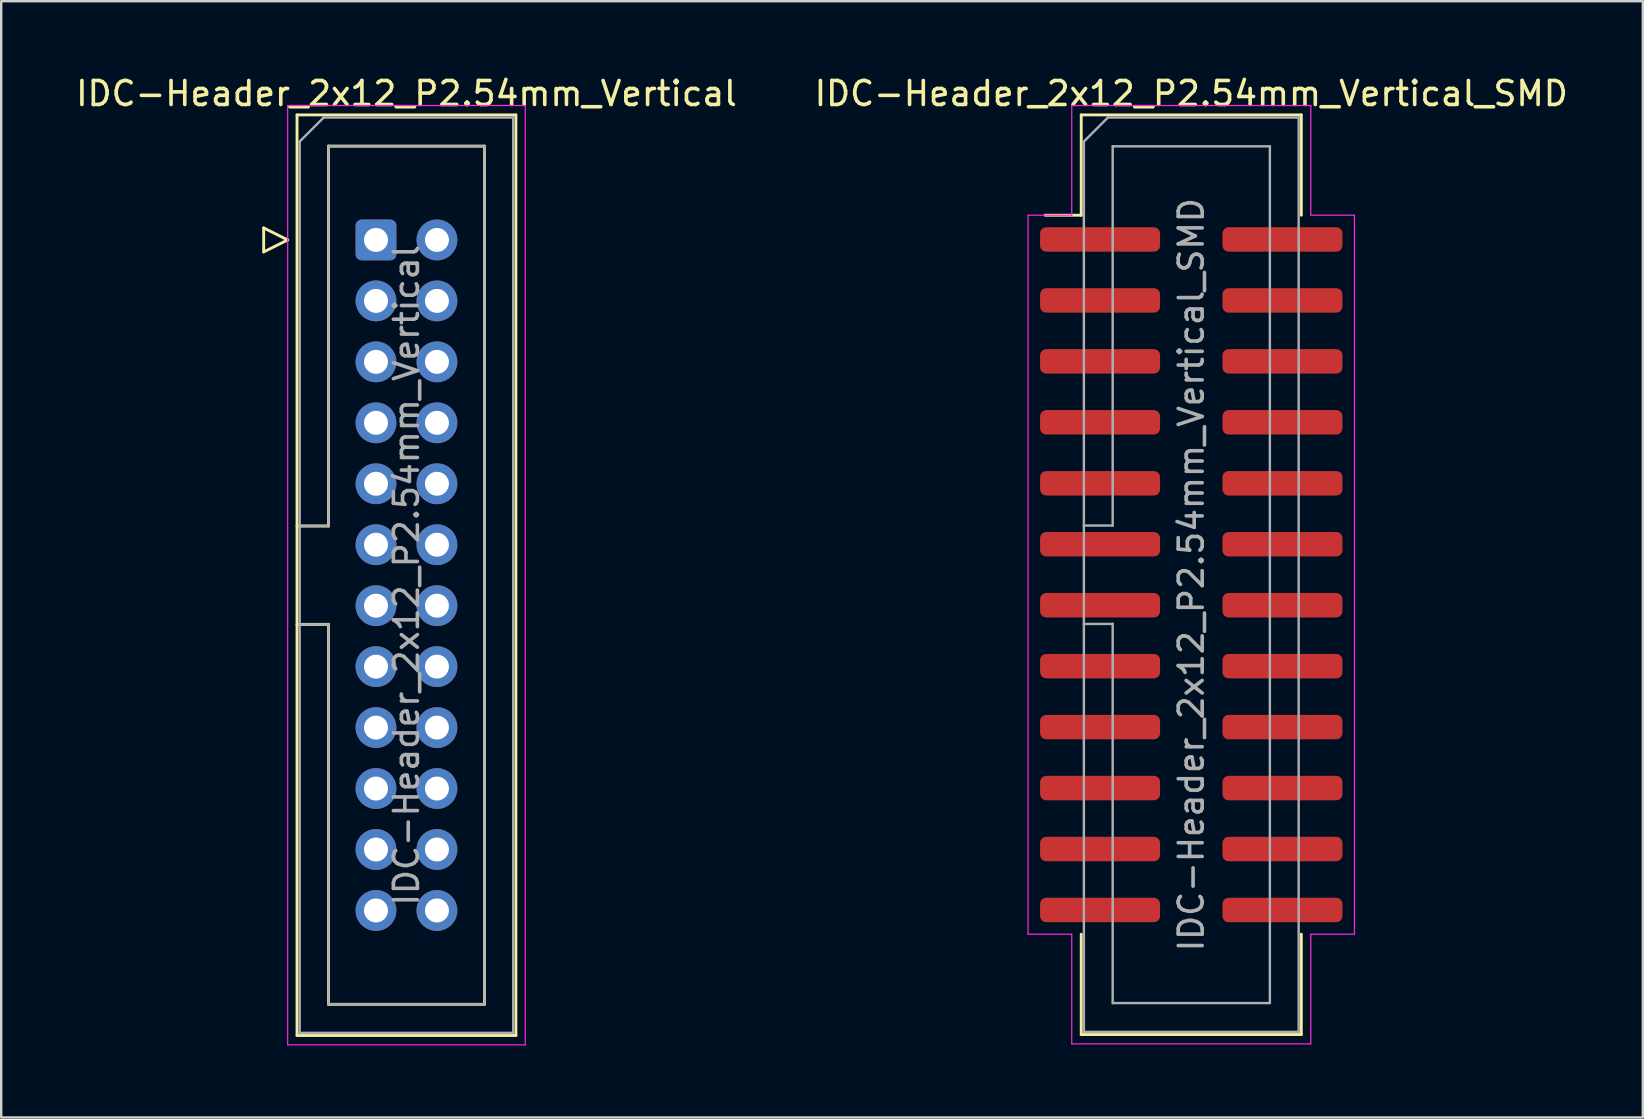
<source format=kicad_pcb>
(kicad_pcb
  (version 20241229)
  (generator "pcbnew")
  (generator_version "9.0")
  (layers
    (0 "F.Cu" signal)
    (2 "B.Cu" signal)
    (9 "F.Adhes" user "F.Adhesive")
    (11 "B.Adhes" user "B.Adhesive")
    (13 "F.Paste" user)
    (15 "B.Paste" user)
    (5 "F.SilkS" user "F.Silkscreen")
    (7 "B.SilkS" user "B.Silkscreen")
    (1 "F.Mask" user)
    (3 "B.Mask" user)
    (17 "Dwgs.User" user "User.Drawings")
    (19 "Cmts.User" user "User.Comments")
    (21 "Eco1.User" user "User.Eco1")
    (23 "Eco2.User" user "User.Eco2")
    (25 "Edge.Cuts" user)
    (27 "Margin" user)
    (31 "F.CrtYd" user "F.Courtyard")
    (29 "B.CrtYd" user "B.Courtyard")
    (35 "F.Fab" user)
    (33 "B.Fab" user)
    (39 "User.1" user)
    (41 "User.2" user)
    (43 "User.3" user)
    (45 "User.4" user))
  (footprint "IDC-Header_2x12_P2.54mm_Vertical"
    (layer "F.Cu")
    (at 12.617 6.948)
    (property "Reference" "IDC-Header_2x12_P2.54mm_Vertical" (at 1.27 -6.1 0) (layer "F.SilkS") (effects (font (size 1 1) (thickness 0.15))))
    (attr through_hole)
    (fp_line (start -4.68 -0.5) (end -4.68 0.5) (stroke (width 0.12) (type solid)) (layer "F.SilkS"))
    (fp_line (start -4.68 0.5) (end -3.68 0) (stroke (width 0.12) (type solid)) (layer "F.SilkS"))
    (fp_line (start -3.68 0) (end -4.68 -0.5) (stroke (width 0.12) (type solid)) (layer "F.SilkS"))
    (fp_line (start -3.29 -5.21) (end 5.83 -5.21) (stroke (width 0.12) (type solid)) (layer "F.SilkS"))
    (fp_line (start -3.29 11.92) (end -1.98 11.92) (stroke (width 0.12) (type solid)) (layer "F.SilkS"))
    (fp_line (start -3.29 33.15) (end -3.29 -5.21) (stroke (width 0.12) (type solid)) (layer "F.SilkS"))
    (fp_line (start -1.98 -3.91) (end 4.52 -3.91) (stroke (width 0.12) (type solid)) (layer "F.SilkS"))
    (fp_line (start -1.98 11.92) (end -1.98 -3.91) (stroke (width 0.12) (type solid)) (layer "F.SilkS"))
    (fp_line (start -1.98 16.02) (end -3.29 16.02) (stroke (width 0.12) (type solid)) (layer "F.SilkS"))
    (fp_line (start -1.98 16.02) (end -1.98 16.02) (stroke (width 0.12) (type solid)) (layer "F.SilkS"))
    (fp_line (start -1.98 31.85) (end -1.98 16.02) (stroke (width 0.12) (type solid)) (layer "F.SilkS"))
    (fp_line (start 4.52 -3.91) (end 4.52 31.85) (stroke (width 0.12) (type solid)) (layer "F.SilkS"))
    (fp_line (start 4.52 31.85) (end -1.98 31.85) (stroke (width 0.12) (type solid)) (layer "F.SilkS"))
    (fp_line (start 5.83 -5.21) (end 5.83 33.15) (stroke (width 0.12) (type solid)) (layer "F.SilkS"))
    (fp_line (start 5.83 33.15) (end -3.29 33.15) (stroke (width 0.12) (type solid)) (layer "F.SilkS"))
    (fp_line (start -3.68 -5.6) (end -3.68 33.54) (stroke (width 0.05) (type solid)) (layer "F.CrtYd"))
    (fp_line (start -3.68 33.54) (end 6.22 33.54) (stroke (width 0.05) (type solid)) (layer "F.CrtYd"))
    (fp_line (start 6.22 -5.6) (end -3.68 -5.6) (stroke (width 0.05) (type solid)) (layer "F.CrtYd"))
    (fp_line (start 6.22 33.54) (end 6.22 -5.6) (stroke (width 0.05) (type solid)) (layer "F.CrtYd"))
    (fp_line (start -3.18 -4.1) (end -2.18 -5.1) (stroke (width 0.1) (type solid)) (layer "F.Fab"))
    (fp_line (start -3.18 11.92) (end -1.98 11.92) (stroke (width 0.1) (type solid)) (layer "F.Fab"))
    (fp_line (start -3.18 33.04) (end -3.18 -4.1) (stroke (width 0.1) (type solid)) (layer "F.Fab"))
    (fp_line (start -2.18 -5.1) (end 5.72 -5.1) (stroke (width 0.1) (type solid)) (layer "F.Fab"))
    (fp_line (start -1.98 -3.91) (end 4.52 -3.91) (stroke (width 0.1) (type solid)) (layer "F.Fab"))
    (fp_line (start -1.98 11.92) (end -1.98 -3.91) (stroke (width 0.1) (type solid)) (layer "F.Fab"))
    (fp_line (start -1.98 16.02) (end -3.18 16.02) (stroke (width 0.1) (type solid)) (layer "F.Fab"))
    (fp_line (start -1.98 16.02) (end -1.98 16.02) (stroke (width 0.1) (type solid)) (layer "F.Fab"))
    (fp_line (start -1.98 31.85) (end -1.98 16.02) (stroke (width 0.1) (type solid)) (layer "F.Fab"))
    (fp_line (start 4.52 -3.91) (end 4.52 31.85) (stroke (width 0.1) (type solid)) (layer "F.Fab"))
    (fp_line (start 4.52 31.85) (end -1.98 31.85) (stroke (width 0.1) (type solid)) (layer "F.Fab"))
    (fp_line (start 5.72 -5.1) (end 5.72 33.04) (stroke (width 0.1) (type solid)) (layer "F.Fab"))
    (fp_line (start 5.72 33.04) (end -3.18 33.04) (stroke (width 0.1) (type solid)) (layer "F.Fab"))
    (fp_text user "${REFERENCE}" (at 1.27 13.97 90) (layer "F.Fab") (effects (font (size 1 1) (thickness 0.15))))
    (pad "1" thru_hole roundrect (at 0 0) (size 1.7 1.7) (drill 1) (layers "*.Cu" "*.Mask") (roundrect_rratio 0.147))
    (pad "2" thru_hole circle (at 2.54 0) (size 1.7 1.7) (drill 1) (layers "*.Cu" "*.Mask"))
    (pad "3" thru_hole circle (at 0 2.54) (size 1.7 1.7) (drill 1) (layers "*.Cu" "*.Mask"))
    (pad "4" thru_hole circle (at 2.54 2.54) (size 1.7 1.7) (drill 1) (layers "*.Cu" "*.Mask"))
    (pad "5" thru_hole circle (at 0 5.08) (size 1.7 1.7) (drill 1) (layers "*.Cu" "*.Mask"))
    (pad "6" thru_hole circle (at 2.54 5.08) (size 1.7 1.7) (drill 1) (layers "*.Cu" "*.Mask"))
    (pad "7" thru_hole circle (at 0 7.62) (size 1.7 1.7) (drill 1) (layers "*.Cu" "*.Mask"))
    (pad "8" thru_hole circle (at 2.54 7.62) (size 1.7 1.7) (drill 1) (layers "*.Cu" "*.Mask"))
    (pad "9" thru_hole circle (at 0 10.16) (size 1.7 1.7) (drill 1) (layers "*.Cu" "*.Mask"))
    (pad "10" thru_hole circle (at 2.54 10.16) (size 1.7 1.7) (drill 1) (layers "*.Cu" "*.Mask"))
    (pad "11" thru_hole circle (at 0 12.7) (size 1.7 1.7) (drill 1) (layers "*.Cu" "*.Mask"))
    (pad "12" thru_hole circle (at 2.54 12.7) (size 1.7 1.7) (drill 1) (layers "*.Cu" "*.Mask"))
    (pad "13" thru_hole circle (at 0 15.24) (size 1.7 1.7) (drill 1) (layers "*.Cu" "*.Mask"))
    (pad "14" thru_hole circle (at 2.54 15.24) (size 1.7 1.7) (drill 1) (layers "*.Cu" "*.Mask"))
    (pad "15" thru_hole circle (at 0 17.78) (size 1.7 1.7) (drill 1) (layers "*.Cu" "*.Mask"))
    (pad "16" thru_hole circle (at 2.54 17.78) (size 1.7 1.7) (drill 1) (layers "*.Cu" "*.Mask"))
    (pad "17" thru_hole circle (at 0 20.32) (size 1.7 1.7) (drill 1) (layers "*.Cu" "*.Mask"))
    (pad "18" thru_hole circle (at 2.54 20.32) (size 1.7 1.7) (drill 1) (layers "*.Cu" "*.Mask"))
    (pad "19" thru_hole circle (at 0 22.86) (size 1.7 1.7) (drill 1) (layers "*.Cu" "*.Mask"))
    (pad "20" thru_hole circle (at 2.54 22.86) (size 1.7 1.7) (drill 1) (layers "*.Cu" "*.Mask"))
    (pad "21" thru_hole circle (at 0 25.4) (size 1.7 1.7) (drill 1) (layers "*.Cu" "*.Mask"))
    (pad "22" thru_hole circle (at 2.54 25.4) (size 1.7 1.7) (drill 1) (layers "*.Cu" "*.Mask"))
    (pad "23" thru_hole circle (at 0 27.94) (size 1.7 1.7) (drill 1) (layers "*.Cu" "*.Mask"))
    (pad "24" thru_hole circle (at 2.54 27.94) (size 1.7 1.7) (drill 1) (layers "*.Cu" "*.Mask")))
  (footprint "IDC-Header_2x12_P2.54mm_Vertical_SMD"
    (layer "F.Cu")
    (at 46.589 20.898)
    (property "Reference" "IDC-Header_2x12_P2.54mm_Vertical_SMD" (at 0 -20.05 0) (layer "F.SilkS") (effects (font (size 1 1) (thickness 0.15))))
    (attr smd)
    (fp_line (start -4.585 -19.16) (end 4.585 -19.16) (stroke (width 0.12) (type solid)) (layer "F.SilkS"))
    (fp_line (start -4.585 -14.98) (end -6.085 -14.98) (stroke (width 0.12) (type solid)) (layer "F.SilkS"))
    (fp_line (start -4.585 -14.98) (end -4.585 -19.16) (stroke (width 0.12) (type solid)) (layer "F.SilkS"))
    (fp_line (start -4.585 14.98) (end -4.585 19.16) (stroke (width 0.12) (type solid)) (layer "F.SilkS"))
    (fp_line (start -4.585 19.16) (end 4.585 19.16) (stroke (width 0.12) (type solid)) (layer "F.SilkS"))
    (fp_line (start 4.585 -19.16) (end 4.585 -14.98) (stroke (width 0.12) (type solid)) (layer "F.SilkS"))
    (fp_line (start 4.585 19.16) (end 4.585 14.98) (stroke (width 0.12) (type solid)) (layer "F.SilkS"))
    (fp_line (start -6.8 -14.98) (end -6.8 14.98) (stroke (width 0.05) (type solid)) (layer "F.CrtYd"))
    (fp_line (start -6.8 14.98) (end -4.98 14.98) (stroke (width 0.05) (type solid)) (layer "F.CrtYd"))
    (fp_line (start -4.98 -19.55) (end -4.98 -14.98) (stroke (width 0.05) (type solid)) (layer "F.CrtYd"))
    (fp_line (start -4.98 -14.98) (end -6.8 -14.98) (stroke (width 0.05) (type solid)) (layer "F.CrtYd"))
    (fp_line (start -4.98 14.98) (end -4.98 19.55) (stroke (width 0.05) (type solid)) (layer "F.CrtYd"))
    (fp_line (start -4.98 19.55) (end 4.98 19.55) (stroke (width 0.05) (type solid)) (layer "F.CrtYd"))
    (fp_line (start 4.98 -19.55) (end -4.98 -19.55) (stroke (width 0.05) (type solid)) (layer "F.CrtYd"))
    (fp_line (start 4.98 -14.98) (end 4.98 -19.55) (stroke (width 0.05) (type solid)) (layer "F.CrtYd"))
    (fp_line (start 4.98 14.98) (end 6.8 14.98) (stroke (width 0.05) (type solid)) (layer "F.CrtYd"))
    (fp_line (start 4.98 19.55) (end 4.98 14.98) (stroke (width 0.05) (type solid)) (layer "F.CrtYd"))
    (fp_line (start 6.8 -14.98) (end 4.98 -14.98) (stroke (width 0.05) (type solid)) (layer "F.CrtYd"))
    (fp_line (start 6.8 14.98) (end 6.8 -14.98) (stroke (width 0.05) (type solid)) (layer "F.CrtYd"))
    (fp_line (start -4.475 -18.05) (end -3.475 -19.05) (stroke (width 0.1) (type solid)) (layer "F.Fab"))
    (fp_line (start -4.475 -2.05) (end -3.275 -2.05) (stroke (width 0.1) (type solid)) (layer "F.Fab"))
    (fp_line (start -4.475 19.05) (end -4.475 -18.05) (stroke (width 0.1) (type solid)) (layer "F.Fab"))
    (fp_line (start -3.475 -19.05) (end 4.475 -19.05) (stroke (width 0.1) (type solid)) (layer "F.Fab"))
    (fp_line (start -3.275 -17.85) (end 3.275 -17.85) (stroke (width 0.1) (type solid)) (layer "F.Fab"))
    (fp_line (start -3.275 -2.05) (end -3.275 -17.85) (stroke (width 0.1) (type solid)) (layer "F.Fab"))
    (fp_line (start -3.275 2.05) (end -4.475 2.05) (stroke (width 0.1) (type solid)) (layer "F.Fab"))
    (fp_line (start -3.275 2.05) (end -3.275 2.05) (stroke (width 0.1) (type solid)) (layer "F.Fab"))
    (fp_line (start -3.275 17.85) (end -3.275 2.05) (stroke (width 0.1) (type solid)) (layer "F.Fab"))
    (fp_line (start 3.275 -17.85) (end 3.275 17.85) (stroke (width 0.1) (type solid)) (layer "F.Fab"))
    (fp_line (start 3.275 17.85) (end -3.275 17.85) (stroke (width 0.1) (type solid)) (layer "F.Fab"))
    (fp_line (start 4.475 -19.05) (end 4.475 19.05) (stroke (width 0.1) (type solid)) (layer "F.Fab"))
    (fp_line (start 4.475 19.05) (end -4.475 19.05) (stroke (width 0.1) (type solid)) (layer "F.Fab"))
    (fp_text user "${REFERENCE}" (at 0 0 90) (layer "F.Fab") (effects (font (size 1 1) (thickness 0.15))))
    (pad "1" smd roundrect (at -3.8 -13.97) (size 5 1.02) (layers "F.Cu" "F.Mask" "F.Paste") (roundrect_rratio 0.25))
    (pad "2" smd roundrect (at 3.8 -13.97) (size 5 1.02) (layers "F.Cu" "F.Mask" "F.Paste") (roundrect_rratio 0.25))
    (pad "3" smd roundrect (at -3.8 -11.43) (size 5 1.02) (layers "F.Cu" "F.Mask" "F.Paste") (roundrect_rratio 0.25))
    (pad "4" smd roundrect (at 3.8 -11.43) (size 5 1.02) (layers "F.Cu" "F.Mask" "F.Paste") (roundrect_rratio 0.25))
    (pad "5" smd roundrect (at -3.8 -8.89) (size 5 1.02) (layers "F.Cu" "F.Mask" "F.Paste") (roundrect_rratio 0.25))
    (pad "6" smd roundrect (at 3.8 -8.89) (size 5 1.02) (layers "F.Cu" "F.Mask" "F.Paste") (roundrect_rratio 0.25))
    (pad "7" smd roundrect (at -3.8 -6.35) (size 5 1.02) (layers "F.Cu" "F.Mask" "F.Paste") (roundrect_rratio 0.25))
    (pad "8" smd roundrect (at 3.8 -6.35) (size 5 1.02) (layers "F.Cu" "F.Mask" "F.Paste") (roundrect_rratio 0.25))
    (pad "9" smd roundrect (at -3.8 -3.81) (size 5 1.02) (layers "F.Cu" "F.Mask" "F.Paste") (roundrect_rratio 0.25))
    (pad "10" smd roundrect (at 3.8 -3.81) (size 5 1.02) (layers "F.Cu" "F.Mask" "F.Paste") (roundrect_rratio 0.25))
    (pad "11" smd roundrect (at -3.8 -1.27) (size 5 1.02) (layers "F.Cu" "F.Mask" "F.Paste") (roundrect_rratio 0.25))
    (pad "12" smd roundrect (at 3.8 -1.27) (size 5 1.02) (layers "F.Cu" "F.Mask" "F.Paste") (roundrect_rratio 0.25))
    (pad "13" smd roundrect (at -3.8 1.27) (size 5 1.02) (layers "F.Cu" "F.Mask" "F.Paste") (roundrect_rratio 0.25))
    (pad "14" smd roundrect (at 3.8 1.27) (size 5 1.02) (layers "F.Cu" "F.Mask" "F.Paste") (roundrect_rratio 0.25))
    (pad "15" smd roundrect (at -3.8 3.81) (size 5 1.02) (layers "F.Cu" "F.Mask" "F.Paste") (roundrect_rratio 0.25))
    (pad "16" smd roundrect (at 3.8 3.81) (size 5 1.02) (layers "F.Cu" "F.Mask" "F.Paste") (roundrect_rratio 0.25))
    (pad "17" smd roundrect (at -3.8 6.35) (size 5 1.02) (layers "F.Cu" "F.Mask" "F.Paste") (roundrect_rratio 0.25))
    (pad "18" smd roundrect (at 3.8 6.35) (size 5 1.02) (layers "F.Cu" "F.Mask" "F.Paste") (roundrect_rratio 0.25))
    (pad "19" smd roundrect (at -3.8 8.89) (size 5 1.02) (layers "F.Cu" "F.Mask" "F.Paste") (roundrect_rratio 0.25))
    (pad "20" smd roundrect (at 3.8 8.89) (size 5 1.02) (layers "F.Cu" "F.Mask" "F.Paste") (roundrect_rratio 0.25))
    (pad "21" smd roundrect (at -3.8 11.43) (size 5 1.02) (layers "F.Cu" "F.Mask" "F.Paste") (roundrect_rratio 0.25))
    (pad "22" smd roundrect (at 3.8 11.43) (size 5 1.02) (layers "F.Cu" "F.Mask" "F.Paste") (roundrect_rratio 0.25))
    (pad "23" smd roundrect (at -3.8 13.97) (size 5 1.02) (layers "F.Cu" "F.Mask" "F.Paste") (roundrect_rratio 0.25))
    (pad "24" smd roundrect (at 3.8 13.97) (size 5 1.02) (layers "F.Cu" "F.Mask" "F.Paste") (roundrect_rratio 0.25)))
  (gr_rect
    (start -3 -3)
    (end 65.405 43.513)
    (stroke (width 0.1) (type default))
    (fill no)
    (layer "Edge.Cuts")))
</source>
